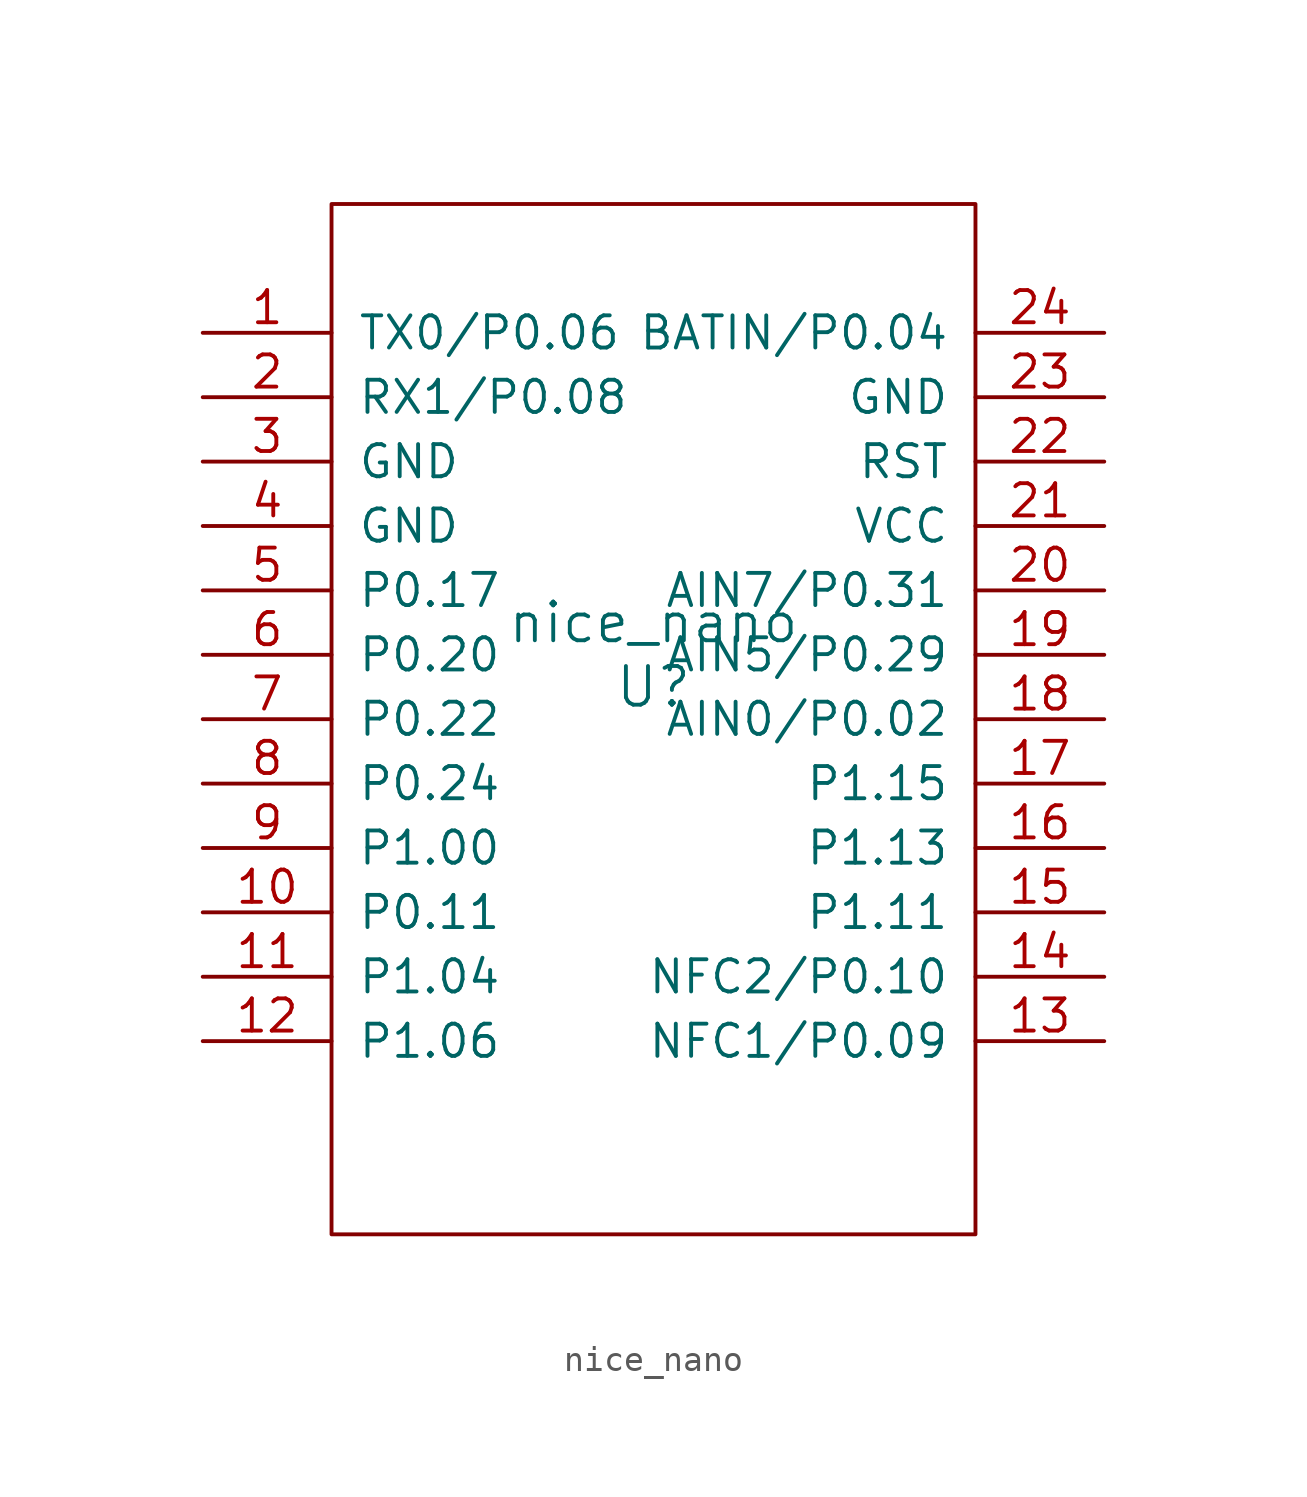
<source format=kicad_sym>
(kicad_symbol_lib
  (version 20211014)
  (generator kicad_symbol_editor)
  (symbol "nice_nano"
    (pin_names
      (offset 1.016))
    (property "Reference" "U"
      (at 0 0 0)
      (effects (font (size 1.524 1.524))))
    (property "Value" "nice_nano"
      (at 0 2.54 0)
      (effects (font (size 1.524 1.524))))
    (symbol "nice_nano_0_1"
      (rectangle (start -12.7 -21.59) (end 12.7 19.05) (stroke (width 0) (type default) (color 0 0 0 0)) (fill (type none))))
    (symbol "nice_nano_1_1"
      (pin input line (at -17.78 13.97 0) (length 5.08) (name "TX0/P0.06" (effects (font (size 1.27 1.27)))) (number "1" (effects (font (size 1.27 1.27)))))
      (pin input line (at -17.78 -8.89 0) (length 5.08) (name "P0.11" (effects (font (size 1.27 1.27)))) (number "10" (effects (font (size 1.27 1.27)))))
      (pin input line (at -17.78 -11.43 0) (length 5.08) (name "P1.04" (effects (font (size 1.27 1.27)))) (number "11" (effects (font (size 1.27 1.27)))))
      (pin input line (at -17.78 -13.97 0) (length 5.08) (name "P1.06" (effects (font (size 1.27 1.27)))) (number "12" (effects (font (size 1.27 1.27)))))
      (pin input line (at 17.78 -13.97 180) (length 5.08) (name "NFC1/P0.09" (effects (font (size 1.27 1.27)))) (number "13" (effects (font (size 1.27 1.27)))))
      (pin input line (at 17.78 -11.43 180) (length 5.08) (name "NFC2/P0.10" (effects (font (size 1.27 1.27)))) (number "14" (effects (font (size 1.27 1.27)))))
      (pin input line (at 17.78 -8.89 180) (length 5.08) (name "P1.11" (effects (font (size 1.27 1.27)))) (number "15" (effects (font (size 1.27 1.27)))))
      (pin input line (at 17.78 -6.35 180) (length 5.08) (name "P1.13" (effects (font (size 1.27 1.27)))) (number "16" (effects (font (size 1.27 1.27)))))
      (pin input line (at 17.78 -3.81 180) (length 5.08) (name "P1.15" (effects (font (size 1.27 1.27)))) (number "17" (effects (font (size 1.27 1.27)))))
      (pin input line (at 17.78 -1.27 180) (length 5.08) (name "AIN0/P0.02" (effects (font (size 1.27 1.27)))) (number "18" (effects (font (size 1.27 1.27)))))
      (pin input line (at 17.78 1.27 180) (length 5.08) (name "AIN5/P0.29" (effects (font (size 1.27 1.27)))) (number "19" (effects (font (size 1.27 1.27)))))
      (pin input line (at -17.78 11.43 0) (length 5.08) (name "RX1/P0.08" (effects (font (size 1.27 1.27)))) (number "2" (effects (font (size 1.27 1.27)))))
      (pin input line (at 17.78 3.81 180) (length 5.08) (name "AIN7/P0.31" (effects (font (size 1.27 1.27)))) (number "20" (effects (font (size 1.27 1.27)))))
      (pin input line (at 17.78 6.35 180) (length 5.08) (name "VCC" (effects (font (size 1.27 1.27)))) (number "21" (effects (font (size 1.27 1.27)))))
      (pin input line (at 17.78 8.89 180) (length 5.08) (name "RST" (effects (font (size 1.27 1.27)))) (number "22" (effects (font (size 1.27 1.27)))))
      (pin input line (at 17.78 11.43 180) (length 5.08) (name "GND" (effects (font (size 1.27 1.27)))) (number "23" (effects (font (size 1.27 1.27)))))
      (pin input line (at 17.78 13.97 180) (length 5.08) (name "BATIN/P0.04" (effects (font (size 1.27 1.27)))) (number "24" (effects (font (size 1.27 1.27)))))
      (pin input line (at -17.78 8.89 0) (length 5.08) (name "GND" (effects (font (size 1.27 1.27)))) (number "3" (effects (font (size 1.27 1.27)))))
      (pin input line (at -17.78 6.35 0) (length 5.08) (name "GND" (effects (font (size 1.27 1.27)))) (number "4" (effects (font (size 1.27 1.27)))))
      (pin input line (at -17.78 3.81 0) (length 5.08) (name "P0.17" (effects (font (size 1.27 1.27)))) (number "5" (effects (font (size 1.27 1.27)))))
      (pin input line (at -17.78 1.27 0) (length 5.08) (name "P0.20" (effects (font (size 1.27 1.27)))) (number "6" (effects (font (size 1.27 1.27)))))
      (pin input line (at -17.78 -1.27 0) (length 5.08) (name "P0.22" (effects (font (size 1.27 1.27)))) (number "7" (effects (font (size 1.27 1.27)))))
      (pin input line (at -17.78 -3.81 0) (length 5.08) (name "P0.24" (effects (font (size 1.27 1.27)))) (number "8" (effects (font (size 1.27 1.27)))))
      (pin input line (at -17.78 -6.35 0) (length 5.08) (name "P1.00" (effects (font (size 1.27 1.27)))) (number "9" (effects (font (size 1.27 1.27))))))))
</source>
